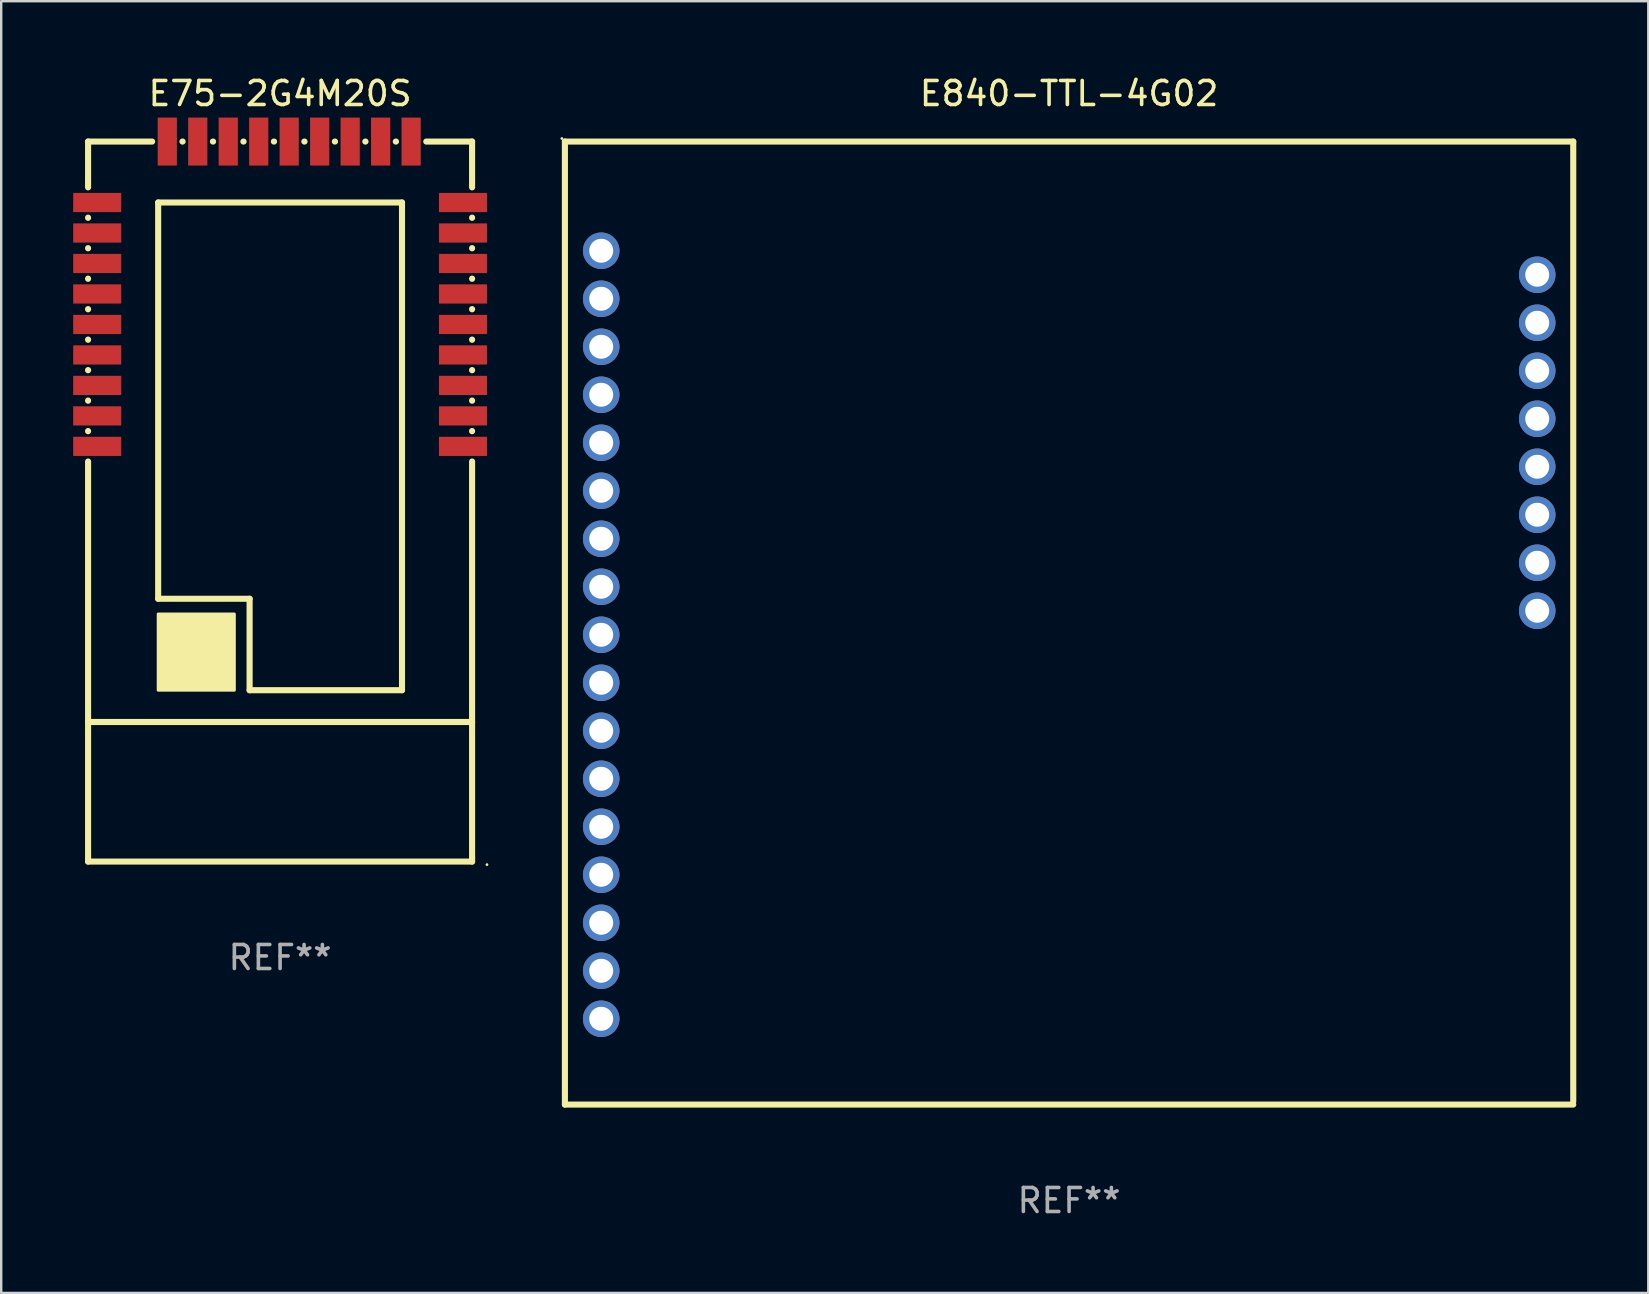
<source format=kicad_pcb>
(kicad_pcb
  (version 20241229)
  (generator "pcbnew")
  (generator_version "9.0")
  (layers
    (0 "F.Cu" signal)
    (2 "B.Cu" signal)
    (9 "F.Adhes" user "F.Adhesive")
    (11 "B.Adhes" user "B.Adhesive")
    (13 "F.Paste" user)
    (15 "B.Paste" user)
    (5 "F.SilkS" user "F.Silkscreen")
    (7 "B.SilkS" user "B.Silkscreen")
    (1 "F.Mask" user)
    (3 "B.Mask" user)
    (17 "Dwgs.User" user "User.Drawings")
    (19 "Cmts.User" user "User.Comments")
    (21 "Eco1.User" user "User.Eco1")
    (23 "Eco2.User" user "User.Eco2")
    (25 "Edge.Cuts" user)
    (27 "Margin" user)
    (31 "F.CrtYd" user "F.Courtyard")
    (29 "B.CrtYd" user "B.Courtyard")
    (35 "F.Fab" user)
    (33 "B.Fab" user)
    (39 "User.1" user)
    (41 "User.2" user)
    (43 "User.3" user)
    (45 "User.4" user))
  (footprint "E75-2G4M20S"
    (layer "F.Cu")
    (at 8.62 17.848)
    (property "Reference" "E75-2G4M20S" (at 0 -17 0) (layer "F.SilkS") (effects (font (size 1 1) (thickness 0.15))))
    (attr through_hole)
    (fp_line (start -8 -15) (end -5.331 -15) (stroke (width 0.254) (type solid)) (layer "F.SilkS"))
    (fp_line (start -8 -13.091) (end -8 -15) (stroke (width 0.254) (type solid)) (layer "F.SilkS"))
    (fp_line (start -8 -11.821) (end -8 -11.829) (stroke (width 0.254) (type solid)) (layer "F.SilkS"))
    (fp_line (start -8 -10.551) (end -8 -10.559) (stroke (width 0.254) (type solid)) (layer "F.SilkS"))
    (fp_line (start -8 -9.281) (end -8 -9.289) (stroke (width 0.254) (type solid)) (layer "F.SilkS"))
    (fp_line (start -8 -8.011) (end -8 -8.019) (stroke (width 0.254) (type solid)) (layer "F.SilkS"))
    (fp_line (start -8 -6.741) (end -8 -6.749) (stroke (width 0.254) (type solid)) (layer "F.SilkS"))
    (fp_line (start -8 -5.471) (end -8 -5.479) (stroke (width 0.254) (type solid)) (layer "F.SilkS"))
    (fp_line (start -8 -4.201) (end -8 -4.209) (stroke (width 0.254) (type solid)) (layer "F.SilkS"))
    (fp_line (start -8 -2.931) (end -8 -2.939) (stroke (width 0.254) (type solid)) (layer "F.SilkS"))
    (fp_line (start -8 15) (end -8 -1.669) (stroke (width 0.254) (type solid)) (layer "F.SilkS"))
    (fp_line (start -5.08 -12.46) (end -5.08 4.05) (stroke (width 0.254) (type solid)) (layer "F.SilkS"))
    (fp_line (start -5.08 -12.46) (end 5.08 -12.46) (stroke (width 0.254) (type solid)) (layer "F.SilkS"))
    (fp_line (start -4.069 -15) (end -4.061 -15) (stroke (width 0.254) (type solid)) (layer "F.SilkS"))
    (fp_line (start -2.799 -15) (end -2.791 -15) (stroke (width 0.254) (type solid)) (layer "F.SilkS"))
    (fp_line (start -1.529 -15) (end -1.521 -15) (stroke (width 0.254) (type solid)) (layer "F.SilkS"))
    (fp_line (start -1.27 4.05) (end -5.08 4.05) (stroke (width 0.254) (type solid)) (layer "F.SilkS"))
    (fp_line (start -1.27 7.86) (end -1.27 4.05) (stroke (width 0.254) (type solid)) (layer "F.SilkS"))
    (fp_line (start -0.259 -15) (end -0.251 -15) (stroke (width 0.254) (type solid)) (layer "F.SilkS"))
    (fp_line (start 1.011 -15) (end 1.019 -15) (stroke (width 0.254) (type solid)) (layer "F.SilkS"))
    (fp_line (start 2.281 -15) (end 2.289 -15) (stroke (width 0.254) (type solid)) (layer "F.SilkS"))
    (fp_line (start 3.551 -15) (end 3.559 -15) (stroke (width 0.254) (type solid)) (layer "F.SilkS"))
    (fp_line (start 4.821 -15) (end 4.829 -15) (stroke (width 0.254) (type solid)) (layer "F.SilkS"))
    (fp_line (start 5.08 -12.46) (end 5.08 7.86) (stroke (width 0.254) (type solid)) (layer "F.SilkS"))
    (fp_line (start 5.08 7.86) (end -1.27 7.86) (stroke (width 0.254) (type solid)) (layer "F.SilkS"))
    (fp_line (start 6.091 -15) (end 8 -15) (stroke (width 0.254) (type solid)) (layer "F.SilkS"))
    (fp_line (start 8 -15) (end 8 -13.091) (stroke (width 0.254) (type solid)) (layer "F.SilkS"))
    (fp_line (start 8 -11.829) (end 8 -11.821) (stroke (width 0.254) (type solid)) (layer "F.SilkS"))
    (fp_line (start 8 -10.559) (end 8 -10.551) (stroke (width 0.254) (type solid)) (layer "F.SilkS"))
    (fp_line (start 8 -9.289) (end 8 -9.281) (stroke (width 0.254) (type solid)) (layer "F.SilkS"))
    (fp_line (start 8 -8.019) (end 8 -8.011) (stroke (width 0.254) (type solid)) (layer "F.SilkS"))
    (fp_line (start 8 -6.749) (end 8 -6.741) (stroke (width 0.254) (type solid)) (layer "F.SilkS"))
    (fp_line (start 8 -5.479) (end 8 -5.471) (stroke (width 0.254) (type solid)) (layer "F.SilkS"))
    (fp_line (start 8 -4.209) (end 8 -4.201) (stroke (width 0.254) (type solid)) (layer "F.SilkS"))
    (fp_line (start 8 -2.939) (end 8 -2.931) (stroke (width 0.254) (type solid)) (layer "F.SilkS"))
    (fp_line (start 8 -1.669) (end 8 14.845) (stroke (width 0.254) (type solid)) (layer "F.SilkS"))
    (fp_line (start 8 9.185) (end -8 9.185) (stroke (width 0.254) (type solid)) (layer "F.SilkS"))
    (fp_line (start 8 14.845) (end 8 15) (stroke (width 0.254) (type solid)) (layer "F.SilkS"))
    (fp_line (start 8 15) (end -8 15) (stroke (width 0.254) (type solid)) (layer "F.SilkS"))
    (fp_circle (center 8.62 15.127) (end 8.65 15.127) (stroke (width 0.06) (type solid)) (fill no) (layer "F.SilkS"))
    (fp_poly (pts (xy -5.08 4.685) (xy -1.905 4.685) (xy -1.905 7.86) (xy -5.08 7.86)) (stroke (width 0.12) (type solid)) (fill yes) (layer "F.SilkS"))
    (fp_text user "REF**" (at 0 19 0) (layer "F.Fab") (effects (font (size 1 1) (thickness 0.15))))
    (pad "1" smd rect (at 7.62 -2.3 90) (size 0.8 2) (layers "F.Cu" "F.Mask" "F.Paste"))
    (pad "2" smd rect (at 7.62 -3.57 270) (size 0.8 2) (layers "F.Cu" "F.Mask" "F.Paste"))
    (pad "3" smd rect (at 7.62 -4.84 270) (size 0.8 2) (layers "F.Cu" "F.Mask" "F.Paste"))
    (pad "4" smd rect (at 7.62 -6.11 270) (size 0.8 2) (layers "F.Cu" "F.Mask" "F.Paste"))
    (pad "5" smd rect (at 7.62 -7.38 270) (size 0.8 2) (layers "F.Cu" "F.Mask" "F.Paste"))
    (pad "6" smd rect (at 7.62 -8.65 270) (size 0.8 2) (layers "F.Cu" "F.Mask" "F.Paste"))
    (pad "7" smd rect (at 7.62 -9.92 270) (size 0.8 2) (layers "F.Cu" "F.Mask" "F.Paste"))
    (pad "8" smd rect (at 7.62 -11.19 270) (size 0.8 2) (layers "F.Cu" "F.Mask" "F.Paste"))
    (pad "9" smd rect (at 7.62 -12.46 270) (size 0.8 2) (layers "F.Cu" "F.Mask" "F.Paste"))
    (pad "10" smd rect (at 5.46 -15) (size 0.8 2) (layers "F.Cu" "F.Mask" "F.Paste"))
    (pad "11" smd rect (at 4.19 -15) (size 0.8 2) (layers "F.Cu" "F.Mask" "F.Paste"))
    (pad "12" smd rect (at 2.92 -15) (size 0.8 2) (layers "F.Cu" "F.Mask" "F.Paste"))
    (pad "13" smd rect (at 1.65 -15) (size 0.8 2) (layers "F.Cu" "F.Mask" "F.Paste"))
    (pad "14" smd rect (at 0.38 -15) (size 0.8 2) (layers "F.Cu" "F.Mask" "F.Paste"))
    (pad "15" smd rect (at -0.89 -15) (size 0.8 2) (layers "F.Cu" "F.Mask" "F.Paste"))
    (pad "16" smd rect (at -2.16 -15) (size 0.8 2) (layers "F.Cu" "F.Mask" "F.Paste"))
    (pad "17" smd rect (at -3.43 -15) (size 0.8 2) (layers "F.Cu" "F.Mask" "F.Paste"))
    (pad "18" smd rect (at -4.7 -15) (size 0.8 2) (layers "F.Cu" "F.Mask" "F.Paste"))
    (pad "19" smd rect (at -7.62 -12.46 90) (size 0.8 2) (layers "F.Cu" "F.Mask" "F.Paste"))
    (pad "20" smd rect (at -7.62 -11.19 90) (size 0.8 2) (layers "F.Cu" "F.Mask" "F.Paste"))
    (pad "21" smd rect (at -7.62 -9.92 90) (size 0.8 2) (layers "F.Cu" "F.Mask" "F.Paste"))
    (pad "22" smd rect (at -7.62 -8.65 90) (size 0.8 2) (layers "F.Cu" "F.Mask" "F.Paste"))
    (pad "23" smd rect (at -7.62 -7.38 90) (size 0.8 2) (layers "F.Cu" "F.Mask" "F.Paste"))
    (pad "24" smd rect (at -7.62 -6.11 90) (size 0.8 2) (layers "F.Cu" "F.Mask" "F.Paste"))
    (pad "25" smd rect (at -7.62 -4.84 90) (size 0.8 2) (layers "F.Cu" "F.Mask" "F.Paste"))
    (pad "26" smd rect (at -7.62 -3.57 90) (size 0.8 2) (layers "F.Cu" "F.Mask" "F.Paste"))
    (pad "27" smd rect (at -7.62 -2.3 90) (size 0.8 2) (layers "F.Cu" "F.Mask" "F.Paste")))
  (footprint "E840-TTL-4G02"
    (layer "F.Cu")
    (at 41.494 22.91)
    (property "Reference" "E840-TTL-4G02" (at 0 -22.062 0) (layer "F.SilkS") (effects (font (size 1 1) (thickness 0.15))))
    (attr through_hole)
    (fp_line (start -21.007 -20.062) (end -21.007 20.062) (stroke (width 0.254) (type solid)) (layer "F.SilkS"))
    (fp_line (start -21.007 20.062) (end 21.007 20.062) (stroke (width 0.254) (type solid)) (layer "F.SilkS"))
    (fp_line (start 21.007 -20.062) (end -21.007 -20.062) (stroke (width 0.254) (type solid)) (layer "F.SilkS"))
    (fp_line (start 21.007 -20.062) (end 21.007 19.938) (stroke (width 0.254) (type solid)) (layer "F.SilkS"))
    (fp_circle (center -21.134 -20.189) (end -21.104 -20.189) (stroke (width 0.06) (type solid)) (fill no) (layer "F.SilkS"))
    (fp_text user "REF**" (at 0 24.062 0) (layer "F.Fab") (effects (font (size 1 1) (thickness 0.15))))
    (pad "1" thru_hole circle (at -19.494 -15.512) (size 1.524 1.524) (drill 1) (layers "*.Cu" "*.Mask"))
    (pad "2" thru_hole circle (at -19.494 -13.512) (size 1.524 1.524) (drill 1) (layers "*.Cu" "*.Mask"))
    (pad "3" thru_hole circle (at -19.494 -11.512) (size 1.524 1.524) (drill 1) (layers "*.Cu" "*.Mask"))
    (pad "4" thru_hole circle (at -19.494 -9.512) (size 1.524 1.524) (drill 1) (layers "*.Cu" "*.Mask"))
    (pad "5" thru_hole circle (at -19.494 -7.512) (size 1.524 1.524) (drill 1) (layers "*.Cu" "*.Mask"))
    (pad "6" thru_hole circle (at -19.494 -5.512) (size 1.524 1.524) (drill 1) (layers "*.Cu" "*.Mask"))
    (pad "7" thru_hole circle (at -19.494 -3.512) (size 1.524 1.524) (drill 1) (layers "*.Cu" "*.Mask"))
    (pad "8" thru_hole circle (at -19.494 -1.512) (size 1.524 1.524) (drill 1) (layers "*.Cu" "*.Mask"))
    (pad "9" thru_hole circle (at -19.494 0.488) (size 1.524 1.524) (drill 1) (layers "*.Cu" "*.Mask"))
    (pad "10" thru_hole circle (at -19.494 2.488) (size 1.524 1.524) (drill 1) (layers "*.Cu" "*.Mask"))
    (pad "11" thru_hole circle (at -19.494 4.488) (size 1.524 1.524) (drill 1) (layers "*.Cu" "*.Mask"))
    (pad "12" thru_hole circle (at -19.494 6.488) (size 1.524 1.524) (drill 1) (layers "*.Cu" "*.Mask"))
    (pad "13" thru_hole circle (at -19.494 8.488) (size 1.524 1.524) (drill 1) (layers "*.Cu" "*.Mask"))
    (pad "14" thru_hole circle (at -19.494 10.488) (size 1.524 1.524) (drill 1) (layers "*.Cu" "*.Mask"))
    (pad "15" thru_hole circle (at -19.494 12.488) (size 1.524 1.524) (drill 1) (layers "*.Cu" "*.Mask"))
    (pad "16" thru_hole circle (at -19.494 14.488) (size 1.524 1.524) (drill 1) (layers "*.Cu" "*.Mask"))
    (pad "17" thru_hole circle (at -19.494 16.488) (size 1.524 1.524) (drill 1) (layers "*.Cu" "*.Mask"))
    (pad "18" thru_hole circle (at 19.506 -0.512) (size 1.524 1.524) (drill 1) (layers "*.Cu" "*.Mask"))
    (pad "19" thru_hole circle (at 19.506 -2.512) (size 1.524 1.524) (drill 1) (layers "*.Cu" "*.Mask"))
    (pad "20" thru_hole circle (at 19.506 -4.512) (size 1.524 1.524) (drill 1) (layers "*.Cu" "*.Mask"))
    (pad "21" thru_hole circle (at 19.506 -6.512) (size 1.524 1.524) (drill 1) (layers "*.Cu" "*.Mask"))
    (pad "22" thru_hole circle (at 19.506 -8.512) (size 1.524 1.524) (drill 1) (layers "*.Cu" "*.Mask"))
    (pad "23" thru_hole circle (at 19.506 -10.512) (size 1.524 1.524) (drill 1) (layers "*.Cu" "*.Mask"))
    (pad "24" thru_hole circle (at 19.506 -12.512) (size 1.524 1.524) (drill 1) (layers "*.Cu" "*.Mask"))
    (pad "25" thru_hole circle (at 19.506 -14.512) (size 1.524 1.524) (drill 1) (layers "*.Cu" "*.Mask")))
  (gr_rect
    (start -3 -3)
    (end 65.627 50.821)
    (stroke (width 0.1) (type default))
    (fill no)
    (layer "Edge.Cuts")))
</source>
